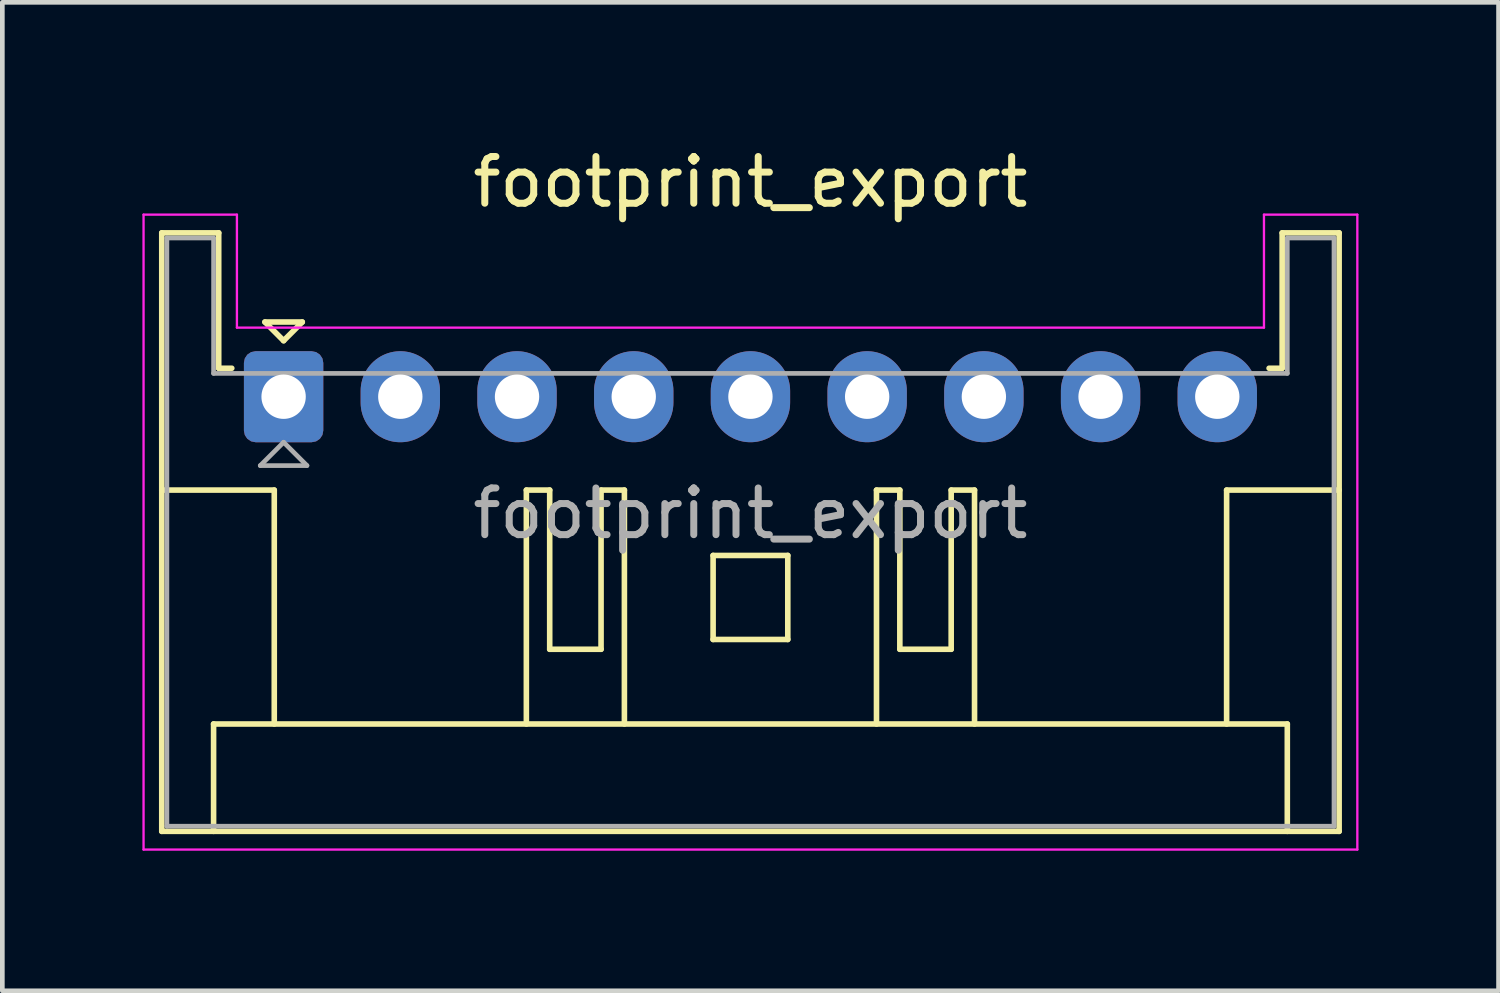
<source format=kicad_pcb>
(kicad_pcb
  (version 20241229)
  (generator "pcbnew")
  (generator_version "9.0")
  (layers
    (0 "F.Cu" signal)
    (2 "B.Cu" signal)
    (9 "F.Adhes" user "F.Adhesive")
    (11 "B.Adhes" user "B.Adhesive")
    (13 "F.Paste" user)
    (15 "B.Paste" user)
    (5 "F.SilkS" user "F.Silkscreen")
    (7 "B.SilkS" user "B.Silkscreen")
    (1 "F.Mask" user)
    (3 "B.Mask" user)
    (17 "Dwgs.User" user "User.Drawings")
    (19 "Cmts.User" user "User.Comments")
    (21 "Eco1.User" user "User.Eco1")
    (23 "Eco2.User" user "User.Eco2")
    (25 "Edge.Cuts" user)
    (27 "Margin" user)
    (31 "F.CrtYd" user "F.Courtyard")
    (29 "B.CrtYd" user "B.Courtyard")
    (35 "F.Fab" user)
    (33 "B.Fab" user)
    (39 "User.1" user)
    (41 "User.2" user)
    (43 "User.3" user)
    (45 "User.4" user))
  (footprint "footprint_export"
    (layer "F.Cu")
    (at 3.025 5.448)
    (property "Reference" "footprint_export" (at 10 -4.6 0) (layer "F.SilkS") (effects (font (size 1 1) (thickness 0.15))))
    (attr through_hole)
    (fp_line (start -2.61 -3.51) (end -2.61 9.31) (stroke (width 0.12) (type solid)) (layer "F.SilkS"))
    (fp_line (start -2.61 9.31) (end 22.61 9.31) (stroke (width 0.12) (type solid)) (layer "F.SilkS"))
    (fp_line (start -1.5 7.01) (end 21.5 7.01) (stroke (width 0.12) (type solid)) (layer "F.SilkS"))
    (fp_line (start -1.5 9.31) (end -1.5 7.01) (stroke (width 0.12) (type solid)) (layer "F.SilkS"))
    (fp_line (start -1.39 -3.51) (end -2.61 -3.51) (stroke (width 0.12) (type solid)) (layer "F.SilkS"))
    (fp_line (start -1.39 -0.61) (end -1.39 -3.51) (stroke (width 0.12) (type solid)) (layer "F.SilkS"))
    (fp_line (start -1.11 -0.61) (end -1.39 -0.61) (stroke (width 0.12) (type solid)) (layer "F.SilkS"))
    (fp_line (start -0.4 -1.6) (end 0.4 -1.6) (stroke (width 0.12) (type solid)) (layer "F.SilkS"))
    (fp_line (start -0.2 2) (end -2.61 2) (stroke (width 0.12) (type solid)) (layer "F.SilkS"))
    (fp_line (start -0.2 7.01) (end -0.2 2) (stroke (width 0.12) (type solid)) (layer "F.SilkS"))
    (fp_line (start 0 -1.2) (end -0.4 -1.6) (stroke (width 0.12) (type solid)) (layer "F.SilkS"))
    (fp_line (start 0.4 -1.6) (end 0 -1.2) (stroke (width 0.12) (type solid)) (layer "F.SilkS"))
    (fp_line (start 5.2 2) (end 5.2 7.01) (stroke (width 0.12) (type solid)) (layer "F.SilkS"))
    (fp_line (start 5.7 2) (end 5.2 2) (stroke (width 0.12) (type solid)) (layer "F.SilkS"))
    (fp_line (start 5.7 5.41) (end 5.7 2) (stroke (width 0.12) (type solid)) (layer "F.SilkS"))
    (fp_line (start 6.8 2) (end 6.8 5.41) (stroke (width 0.12) (type solid)) (layer "F.SilkS"))
    (fp_line (start 6.8 5.41) (end 5.7 5.41) (stroke (width 0.12) (type solid)) (layer "F.SilkS"))
    (fp_line (start 7.3 2) (end 6.8 2) (stroke (width 0.12) (type solid)) (layer "F.SilkS"))
    (fp_line (start 7.3 7.01) (end 7.3 2) (stroke (width 0.12) (type solid)) (layer "F.SilkS"))
    (fp_line (start 9.2 3.4) (end 10.8 3.4) (stroke (width 0.12) (type solid)) (layer "F.SilkS"))
    (fp_line (start 9.2 5.2) (end 9.2 3.4) (stroke (width 0.12) (type solid)) (layer "F.SilkS"))
    (fp_line (start 10.8 3.4) (end 10.8 5.2) (stroke (width 0.12) (type solid)) (layer "F.SilkS"))
    (fp_line (start 10.8 5.2) (end 9.2 5.2) (stroke (width 0.12) (type solid)) (layer "F.SilkS"))
    (fp_line (start 12.7 2) (end 13.2 2) (stroke (width 0.12) (type solid)) (layer "F.SilkS"))
    (fp_line (start 12.7 7.01) (end 12.7 2) (stroke (width 0.12) (type solid)) (layer "F.SilkS"))
    (fp_line (start 13.2 2) (end 13.2 5.41) (stroke (width 0.12) (type solid)) (layer "F.SilkS"))
    (fp_line (start 13.2 5.41) (end 14.3 5.41) (stroke (width 0.12) (type solid)) (layer "F.SilkS"))
    (fp_line (start 14.3 2) (end 14.8 2) (stroke (width 0.12) (type solid)) (layer "F.SilkS"))
    (fp_line (start 14.3 5.41) (end 14.3 2) (stroke (width 0.12) (type solid)) (layer "F.SilkS"))
    (fp_line (start 14.8 2) (end 14.8 7.01) (stroke (width 0.12) (type solid)) (layer "F.SilkS"))
    (fp_line (start 20.2 2) (end 22.61 2) (stroke (width 0.12) (type solid)) (layer "F.SilkS"))
    (fp_line (start 20.2 7.01) (end 20.2 2) (stroke (width 0.12) (type solid)) (layer "F.SilkS"))
    (fp_line (start 21.39 -3.51) (end 21.39 -0.61) (stroke (width 0.12) (type solid)) (layer "F.SilkS"))
    (fp_line (start 21.39 -0.61) (end 21.11 -0.61) (stroke (width 0.12) (type solid)) (layer "F.SilkS"))
    (fp_line (start 21.5 7.01) (end 21.5 9.31) (stroke (width 0.12) (type solid)) (layer "F.SilkS"))
    (fp_line (start 22.61 -3.51) (end 21.39 -3.51) (stroke (width 0.12) (type solid)) (layer "F.SilkS"))
    (fp_line (start 22.61 9.31) (end 22.61 -3.51) (stroke (width 0.12) (type solid)) (layer "F.SilkS"))
    (fp_line (start -3 -3.9) (end -3 9.7) (stroke (width 0.05) (type solid)) (layer "F.CrtYd"))
    (fp_line (start -3 9.7) (end 23 9.7) (stroke (width 0.05) (type solid)) (layer "F.CrtYd"))
    (fp_line (start -1 -3.9) (end -3 -3.9) (stroke (width 0.05) (type solid)) (layer "F.CrtYd"))
    (fp_line (start -1 -1.48) (end -1 -3.9) (stroke (width 0.05) (type solid)) (layer "F.CrtYd"))
    (fp_line (start 21 -3.9) (end 21 -1.48) (stroke (width 0.05) (type solid)) (layer "F.CrtYd"))
    (fp_line (start 21 -1.48) (end -1 -1.48) (stroke (width 0.05) (type solid)) (layer "F.CrtYd"))
    (fp_line (start 23 -3.9) (end 21 -3.9) (stroke (width 0.05) (type solid)) (layer "F.CrtYd"))
    (fp_line (start 23 9.7) (end 23 -3.9) (stroke (width 0.05) (type solid)) (layer "F.CrtYd"))
    (fp_line (start -2.5 -3.4) (end -2.5 9.2) (stroke (width 0.1) (type solid)) (layer "F.Fab"))
    (fp_line (start -2.5 9.2) (end 22.5 9.2) (stroke (width 0.1) (type solid)) (layer "F.Fab"))
    (fp_line (start -1.5 -3.4) (end -2.5 -3.4) (stroke (width 0.1) (type solid)) (layer "F.Fab"))
    (fp_line (start -1.5 -0.5) (end -1.5 -3.4) (stroke (width 0.1) (type solid)) (layer "F.Fab"))
    (fp_line (start -0.5 1.475) (end 0.5 1.475) (stroke (width 0.1) (type solid)) (layer "F.Fab"))
    (fp_line (start 0 0.975) (end -0.5 1.475) (stroke (width 0.1) (type solid)) (layer "F.Fab"))
    (fp_line (start 0.5 1.475) (end 0 0.975) (stroke (width 0.1) (type solid)) (layer "F.Fab"))
    (fp_line (start 21.5 -3.4) (end 21.5 -0.5) (stroke (width 0.1) (type solid)) (layer "F.Fab"))
    (fp_line (start 21.5 -0.5) (end -1.5 -0.5) (stroke (width 0.1) (type solid)) (layer "F.Fab"))
    (fp_line (start 22.5 -3.4) (end 21.5 -3.4) (stroke (width 0.1) (type solid)) (layer "F.Fab"))
    (fp_line (start 22.5 9.2) (end 22.5 -3.4) (stroke (width 0.1) (type solid)) (layer "F.Fab"))
    (fp_text user "${REFERENCE}" (at 10 2.5 0) (layer "F.Fab") (effects (font (size 1 1) (thickness 0.15))))
    (pad "1" thru_hole roundrect (at 0 0) (size 1.7 1.95) (drill 0.95) (layers "*.Cu" "*.Mask") (roundrect_rratio 0.147))
    (pad "2" thru_hole oval (at 2.5 0) (size 1.7 1.95) (drill 0.95) (layers "*.Cu" "*.Mask"))
    (pad "3" thru_hole oval (at 5 0) (size 1.7 1.95) (drill 0.95) (layers "*.Cu" "*.Mask"))
    (pad "4" thru_hole oval (at 7.5 0) (size 1.7 1.95) (drill 0.95) (layers "*.Cu" "*.Mask"))
    (pad "5" thru_hole oval (at 10 0) (size 1.7 1.95) (drill 0.95) (layers "*.Cu" "*.Mask"))
    (pad "6" thru_hole oval (at 12.5 0) (size 1.7 1.95) (drill 0.95) (layers "*.Cu" "*.Mask"))
    (pad "7" thru_hole oval (at 15 0) (size 1.7 1.95) (drill 0.95) (layers "*.Cu" "*.Mask"))
    (pad "8" thru_hole oval (at 17.5 0) (size 1.7 1.95) (drill 0.95) (layers "*.Cu" "*.Mask"))
    (pad "9" thru_hole oval (at 20 0) (size 1.7 1.95) (drill 0.95) (layers "*.Cu" "*.Mask")))
  (gr_rect
    (start -3 -3)
    (end 29.05 18.173)
    (stroke (width 0.1) (type default))
    (fill no)
    (layer "Edge.Cuts")))
</source>
